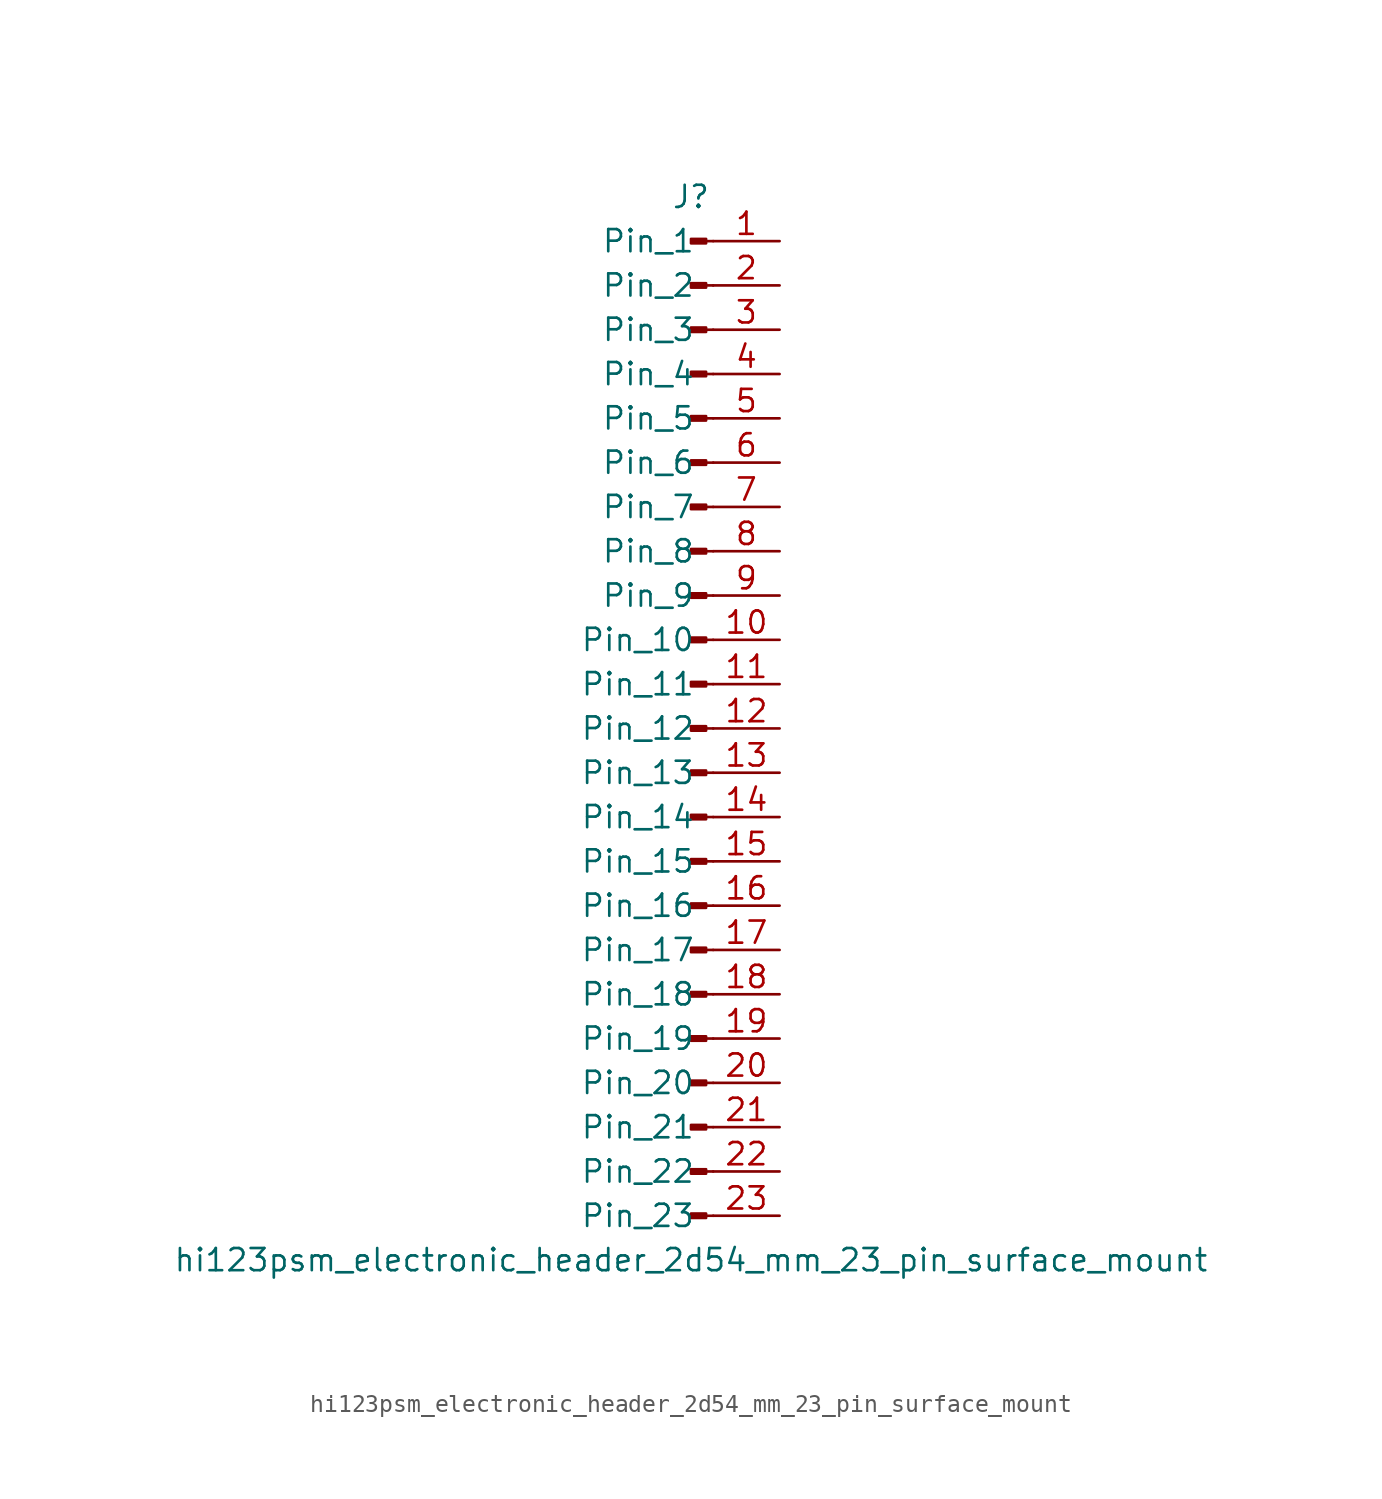
<source format=kicad_sym>
(kicad_symbol_lib
  (version 20220914)
  (generator kicad_symbol_editor)
  (symbol "hi123psm_electronic_header_2d54_mm_23_pin_surface_mount"
    (pin_names
      (offset 1.016))
    (property "Reference" "J"
      (at 0 30.48 0)
      (effects (font (size 1.27 1.27))))
    (property "Value" "hi123psm_electronic_header_2d54_mm_23_pin_surface_mount"
      (at 0 -30.48 0)
      (effects (font (size 1.27 1.27))))
    (property "ki_locked" ""
      (at 0 0 0)
      (effects (font (size 1.27 1.27))))
    (symbol "hi123psm_electronic_header_2d54_mm_23_pin_surface_mount_1_1"
      (polyline (pts (xy 1.27 -27.94) (xy 0.864 -27.94)) (stroke (width 0.152) (type default)) (fill (type none)))
      (polyline (pts (xy 1.27 -25.4) (xy 0.864 -25.4)) (stroke (width 0.152) (type default)) (fill (type none)))
      (polyline (pts (xy 1.27 -22.86) (xy 0.864 -22.86)) (stroke (width 0.152) (type default)) (fill (type none)))
      (polyline (pts (xy 1.27 -20.32) (xy 0.864 -20.32)) (stroke (width 0.152) (type default)) (fill (type none)))
      (polyline (pts (xy 1.27 -17.78) (xy 0.864 -17.78)) (stroke (width 0.152) (type default)) (fill (type none)))
      (polyline (pts (xy 1.27 -15.24) (xy 0.864 -15.24)) (stroke (width 0.152) (type default)) (fill (type none)))
      (polyline (pts (xy 1.27 -12.7) (xy 0.864 -12.7)) (stroke (width 0.152) (type default)) (fill (type none)))
      (polyline (pts (xy 1.27 -10.16) (xy 0.864 -10.16)) (stroke (width 0.152) (type default)) (fill (type none)))
      (polyline (pts (xy 1.27 -7.62) (xy 0.864 -7.62)) (stroke (width 0.152) (type default)) (fill (type none)))
      (polyline (pts (xy 1.27 -5.08) (xy 0.864 -5.08)) (stroke (width 0.152) (type default)) (fill (type none)))
      (polyline (pts (xy 1.27 -2.54) (xy 0.864 -2.54)) (stroke (width 0.152) (type default)) (fill (type none)))
      (polyline (pts (xy 1.27 0) (xy 0.864 0)) (stroke (width 0.152) (type default)) (fill (type none)))
      (polyline (pts (xy 1.27 2.54) (xy 0.864 2.54)) (stroke (width 0.152) (type default)) (fill (type none)))
      (polyline (pts (xy 1.27 5.08) (xy 0.864 5.08)) (stroke (width 0.152) (type default)) (fill (type none)))
      (polyline (pts (xy 1.27 7.62) (xy 0.864 7.62)) (stroke (width 0.152) (type default)) (fill (type none)))
      (polyline (pts (xy 1.27 10.16) (xy 0.864 10.16)) (stroke (width 0.152) (type default)) (fill (type none)))
      (polyline (pts (xy 1.27 12.7) (xy 0.864 12.7)) (stroke (width 0.152) (type default)) (fill (type none)))
      (polyline (pts (xy 1.27 15.24) (xy 0.864 15.24)) (stroke (width 0.152) (type default)) (fill (type none)))
      (polyline (pts (xy 1.27 17.78) (xy 0.864 17.78)) (stroke (width 0.152) (type default)) (fill (type none)))
      (polyline (pts (xy 1.27 20.32) (xy 0.864 20.32)) (stroke (width 0.152) (type default)) (fill (type none)))
      (polyline (pts (xy 1.27 22.86) (xy 0.864 22.86)) (stroke (width 0.152) (type default)) (fill (type none)))
      (polyline (pts (xy 1.27 25.4) (xy 0.864 25.4)) (stroke (width 0.152) (type default)) (fill (type none)))
      (polyline (pts (xy 1.27 27.94) (xy 0.864 27.94)) (stroke (width 0.152) (type default)) (fill (type none)))
      (rectangle (start 0.864 -27.813) (end 0 -28.067) (stroke (width 0.152) (type default)) (fill (type outline)))
      (rectangle (start 0.864 -25.273) (end 0 -25.527) (stroke (width 0.152) (type default)) (fill (type outline)))
      (rectangle (start 0.864 -22.733) (end 0 -22.987) (stroke (width 0.152) (type default)) (fill (type outline)))
      (rectangle (start 0.864 -20.193) (end 0 -20.447) (stroke (width 0.152) (type default)) (fill (type outline)))
      (rectangle (start 0.864 -17.653) (end 0 -17.907) (stroke (width 0.152) (type default)) (fill (type outline)))
      (rectangle (start 0.864 -15.113) (end 0 -15.367) (stroke (width 0.152) (type default)) (fill (type outline)))
      (rectangle (start 0.864 -12.573) (end 0 -12.827) (stroke (width 0.152) (type default)) (fill (type outline)))
      (rectangle (start 0.864 -10.033) (end 0 -10.287) (stroke (width 0.152) (type default)) (fill (type outline)))
      (rectangle (start 0.864 -7.493) (end 0 -7.747) (stroke (width 0.152) (type default)) (fill (type outline)))
      (rectangle (start 0.864 -4.953) (end 0 -5.207) (stroke (width 0.152) (type default)) (fill (type outline)))
      (rectangle (start 0.864 -2.413) (end 0 -2.667) (stroke (width 0.152) (type default)) (fill (type outline)))
      (rectangle (start 0.864 0.127) (end 0 -0.127) (stroke (width 0.152) (type default)) (fill (type outline)))
      (rectangle (start 0.864 2.667) (end 0 2.413) (stroke (width 0.152) (type default)) (fill (type outline)))
      (rectangle (start 0.864 5.207) (end 0 4.953) (stroke (width 0.152) (type default)) (fill (type outline)))
      (rectangle (start 0.864 7.747) (end 0 7.493) (stroke (width 0.152) (type default)) (fill (type outline)))
      (rectangle (start 0.864 10.287) (end 0 10.033) (stroke (width 0.152) (type default)) (fill (type outline)))
      (rectangle (start 0.864 12.827) (end 0 12.573) (stroke (width 0.152) (type default)) (fill (type outline)))
      (rectangle (start 0.864 15.367) (end 0 15.113) (stroke (width 0.152) (type default)) (fill (type outline)))
      (rectangle (start 0.864 17.907) (end 0 17.653) (stroke (width 0.152) (type default)) (fill (type outline)))
      (rectangle (start 0.864 20.447) (end 0 20.193) (stroke (width 0.152) (type default)) (fill (type outline)))
      (rectangle (start 0.864 22.987) (end 0 22.733) (stroke (width 0.152) (type default)) (fill (type outline)))
      (rectangle (start 0.864 25.527) (end 0 25.273) (stroke (width 0.152) (type default)) (fill (type outline)))
      (rectangle (start 0.864 28.067) (end 0 27.813) (stroke (width 0.152) (type default)) (fill (type outline)))
      (pin passive line (at 5.08 27.94 180) (length 3.81) (name "Pin_1" (effects (font (size 1.27 1.27)))) (number "1" (effects (font (size 1.27 1.27)))))
      (pin passive line (at 5.08 5.08 180) (length 3.81) (name "Pin_10" (effects (font (size 1.27 1.27)))) (number "10" (effects (font (size 1.27 1.27)))))
      (pin passive line (at 5.08 2.54 180) (length 3.81) (name "Pin_11" (effects (font (size 1.27 1.27)))) (number "11" (effects (font (size 1.27 1.27)))))
      (pin passive line (at 5.08 0 180) (length 3.81) (name "Pin_12" (effects (font (size 1.27 1.27)))) (number "12" (effects (font (size 1.27 1.27)))))
      (pin passive line (at 5.08 -2.54 180) (length 3.81) (name "Pin_13" (effects (font (size 1.27 1.27)))) (number "13" (effects (font (size 1.27 1.27)))))
      (pin passive line (at 5.08 -5.08 180) (length 3.81) (name "Pin_14" (effects (font (size 1.27 1.27)))) (number "14" (effects (font (size 1.27 1.27)))))
      (pin passive line (at 5.08 -7.62 180) (length 3.81) (name "Pin_15" (effects (font (size 1.27 1.27)))) (number "15" (effects (font (size 1.27 1.27)))))
      (pin passive line (at 5.08 -10.16 180) (length 3.81) (name "Pin_16" (effects (font (size 1.27 1.27)))) (number "16" (effects (font (size 1.27 1.27)))))
      (pin passive line (at 5.08 -12.7 180) (length 3.81) (name "Pin_17" (effects (font (size 1.27 1.27)))) (number "17" (effects (font (size 1.27 1.27)))))
      (pin passive line (at 5.08 -15.24 180) (length 3.81) (name "Pin_18" (effects (font (size 1.27 1.27)))) (number "18" (effects (font (size 1.27 1.27)))))
      (pin passive line (at 5.08 -17.78 180) (length 3.81) (name "Pin_19" (effects (font (size 1.27 1.27)))) (number "19" (effects (font (size 1.27 1.27)))))
      (pin passive line (at 5.08 25.4 180) (length 3.81) (name "Pin_2" (effects (font (size 1.27 1.27)))) (number "2" (effects (font (size 1.27 1.27)))))
      (pin passive line (at 5.08 -20.32 180) (length 3.81) (name "Pin_20" (effects (font (size 1.27 1.27)))) (number "20" (effects (font (size 1.27 1.27)))))
      (pin passive line (at 5.08 -22.86 180) (length 3.81) (name "Pin_21" (effects (font (size 1.27 1.27)))) (number "21" (effects (font (size 1.27 1.27)))))
      (pin passive line (at 5.08 -25.4 180) (length 3.81) (name "Pin_22" (effects (font (size 1.27 1.27)))) (number "22" (effects (font (size 1.27 1.27)))))
      (pin passive line (at 5.08 -27.94 180) (length 3.81) (name "Pin_23" (effects (font (size 1.27 1.27)))) (number "23" (effects (font (size 1.27 1.27)))))
      (pin passive line (at 5.08 22.86 180) (length 3.81) (name "Pin_3" (effects (font (size 1.27 1.27)))) (number "3" (effects (font (size 1.27 1.27)))))
      (pin passive line (at 5.08 20.32 180) (length 3.81) (name "Pin_4" (effects (font (size 1.27 1.27)))) (number "4" (effects (font (size 1.27 1.27)))))
      (pin passive line (at 5.08 17.78 180) (length 3.81) (name "Pin_5" (effects (font (size 1.27 1.27)))) (number "5" (effects (font (size 1.27 1.27)))))
      (pin passive line (at 5.08 15.24 180) (length 3.81) (name "Pin_6" (effects (font (size 1.27 1.27)))) (number "6" (effects (font (size 1.27 1.27)))))
      (pin passive line (at 5.08 12.7 180) (length 3.81) (name "Pin_7" (effects (font (size 1.27 1.27)))) (number "7" (effects (font (size 1.27 1.27)))))
      (pin passive line (at 5.08 10.16 180) (length 3.81) (name "Pin_8" (effects (font (size 1.27 1.27)))) (number "8" (effects (font (size 1.27 1.27)))))
      (pin passive line (at 5.08 7.62 180) (length 3.81) (name "Pin_9" (effects (font (size 1.27 1.27)))) (number "9" (effects (font (size 1.27 1.27))))))))
</source>
